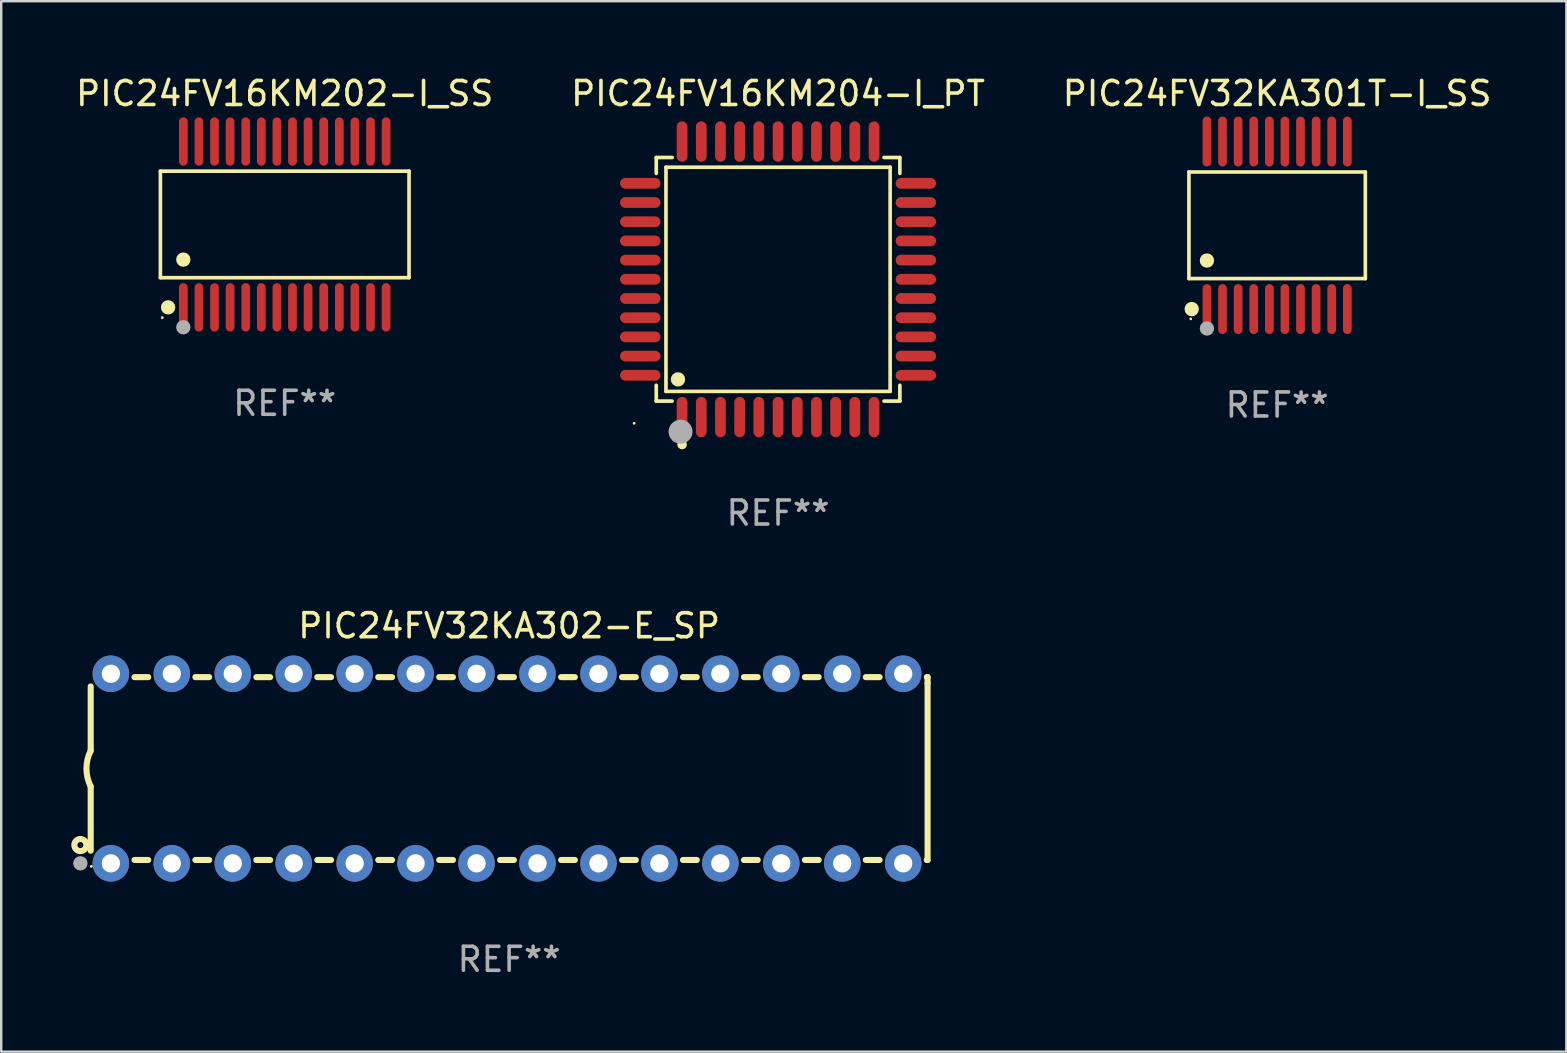
<source format=kicad_pcb>
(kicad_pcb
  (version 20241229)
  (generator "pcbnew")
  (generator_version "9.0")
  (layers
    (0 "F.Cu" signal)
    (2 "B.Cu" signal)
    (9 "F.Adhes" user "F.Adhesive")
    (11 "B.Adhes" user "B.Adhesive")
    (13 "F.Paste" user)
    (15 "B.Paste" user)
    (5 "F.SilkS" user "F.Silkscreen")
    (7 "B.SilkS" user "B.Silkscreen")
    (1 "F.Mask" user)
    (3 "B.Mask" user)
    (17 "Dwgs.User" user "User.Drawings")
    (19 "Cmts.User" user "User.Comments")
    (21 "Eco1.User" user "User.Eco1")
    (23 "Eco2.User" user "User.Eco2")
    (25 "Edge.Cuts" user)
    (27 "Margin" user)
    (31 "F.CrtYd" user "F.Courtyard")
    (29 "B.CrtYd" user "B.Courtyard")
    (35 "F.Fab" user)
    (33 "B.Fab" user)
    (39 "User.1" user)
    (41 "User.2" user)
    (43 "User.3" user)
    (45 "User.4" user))
  (footprint "PIC24FV16KM202-I_SS"
    (layer "F.Cu")
    (at 8.815 6.303)
    (property "Reference" "PIC24FV16KM202-I_SS" (at 0 -5.455 0) (layer "F.SilkS") (effects (font (size 1 1) (thickness 0.15))))
    (attr through_hole)
    (fp_line (start -5.181 -2.219) (end 5.181 -2.219) (stroke (width 0.152) (type solid)) (layer "F.SilkS"))
    (fp_line (start -5.181 2.219) (end -5.181 -2.219) (stroke (width 0.152) (type solid)) (layer "F.SilkS"))
    (fp_line (start 5.181 -2.219) (end 5.181 2.219) (stroke (width 0.152) (type solid)) (layer "F.SilkS"))
    (fp_line (start 5.181 2.219) (end -5.181 2.219) (stroke (width 0.152) (type solid)) (layer "F.SilkS"))
    (fp_circle (center -5.105 3.885) (end -5.075 3.885) (stroke (width 0.06) (type solid)) (fill no) (layer "F.SilkS"))
    (fp_circle (center -4.859 3.455) (end -4.709 3.455) (stroke (width 0.3) (type solid)) (fill no) (layer "F.SilkS"))
    (fp_circle (center -4.225 1.467) (end -4.075 1.467) (stroke (width 0.3) (type solid)) (fill no) (layer "F.SilkS"))
    (fp_circle (center -4.225 4.285) (end -4.075 4.285) (stroke (width 0.3) (type solid)) (fill no) (layer "F.Fab"))
    (fp_text user "REF**" (at 0 7.455 0) (layer "F.Fab") (effects (font (size 1 1) (thickness 0.15))))
    (pad "1" smd oval (at -4.225 3.455) (size 0.364 2.015) (layers "F.Cu" "F.Mask" "F.Paste"))
    (pad "2" smd oval (at -3.575 3.455) (size 0.364 2.015) (layers "F.Cu" "F.Mask" "F.Paste"))
    (pad "3" smd oval (at -2.925 3.455) (size 0.364 2.015) (layers "F.Cu" "F.Mask" "F.Paste"))
    (pad "4" smd oval (at -2.275 3.455) (size 0.364 2.015) (layers "F.Cu" "F.Mask" "F.Paste"))
    (pad "5" smd oval (at -1.625 3.455) (size 0.364 2.015) (layers "F.Cu" "F.Mask" "F.Paste"))
    (pad "6" smd oval (at -0.975 3.455) (size 0.364 2.015) (layers "F.Cu" "F.Mask" "F.Paste"))
    (pad "7" smd oval (at -0.325 3.455) (size 0.364 2.015) (layers "F.Cu" "F.Mask" "F.Paste"))
    (pad "8" smd oval (at 0.325 3.455) (size 0.364 2.015) (layers "F.Cu" "F.Mask" "F.Paste"))
    (pad "9" smd oval (at 0.975 3.455) (size 0.364 2.015) (layers "F.Cu" "F.Mask" "F.Paste"))
    (pad "10" smd oval (at 1.625 3.455) (size 0.364 2.015) (layers "F.Cu" "F.Mask" "F.Paste"))
    (pad "11" smd oval (at 2.275 3.455) (size 0.364 2.015) (layers "F.Cu" "F.Mask" "F.Paste"))
    (pad "12" smd oval (at 2.925 3.455) (size 0.364 2.015) (layers "F.Cu" "F.Mask" "F.Paste"))
    (pad "13" smd oval (at 3.575 3.455) (size 0.364 2.015) (layers "F.Cu" "F.Mask" "F.Paste"))
    (pad "14" smd oval (at 4.225 3.455) (size 0.364 2.015) (layers "F.Cu" "F.Mask" "F.Paste"))
    (pad "15" smd oval (at 4.225 -3.455) (size 0.364 2.015) (layers "F.Cu" "F.Mask" "F.Paste"))
    (pad "16" smd oval (at 3.575 -3.455) (size 0.364 2.015) (layers "F.Cu" "F.Mask" "F.Paste"))
    (pad "17" smd oval (at 2.925 -3.455) (size 0.364 2.015) (layers "F.Cu" "F.Mask" "F.Paste"))
    (pad "18" smd oval (at 2.275 -3.455) (size 0.364 2.015) (layers "F.Cu" "F.Mask" "F.Paste"))
    (pad "19" smd oval (at 1.625 -3.455) (size 0.364 2.015) (layers "F.Cu" "F.Mask" "F.Paste"))
    (pad "20" smd oval (at 0.975 -3.455) (size 0.364 2.015) (layers "F.Cu" "F.Mask" "F.Paste"))
    (pad "21" smd oval (at 0.325 -3.455) (size 0.364 2.015) (layers "F.Cu" "F.Mask" "F.Paste"))
    (pad "22" smd oval (at -0.325 -3.455) (size 0.364 2.015) (layers "F.Cu" "F.Mask" "F.Paste"))
    (pad "23" smd oval (at -0.975 -3.455) (size 0.364 2.015) (layers "F.Cu" "F.Mask" "F.Paste"))
    (pad "24" smd oval (at -1.625 -3.455) (size 0.364 2.015) (layers "F.Cu" "F.Mask" "F.Paste"))
    (pad "25" smd oval (at -2.275 -3.455) (size 0.364 2.015) (layers "F.Cu" "F.Mask" "F.Paste"))
    (pad "26" smd oval (at -2.925 -3.455) (size 0.364 2.015) (layers "F.Cu" "F.Mask" "F.Paste"))
    (pad "27" smd oval (at -3.575 -3.455) (size 0.364 2.015) (layers "F.Cu" "F.Mask" "F.Paste"))
    (pad "28" smd oval (at -4.225 -3.455) (size 0.364 2.015) (layers "F.Cu" "F.Mask" "F.Paste")))
  (footprint "PIC24FV32KA301T-I_SS"
    (layer "F.Cu")
    (at 50.173 6.339)
    (property "Reference" "PIC24FV32KA301T-I_SS" (at 0 -5.491 0) (layer "F.SilkS") (effects (font (size 1 1) (thickness 0.15))))
    (attr through_hole)
    (fp_line (start -3.676 -2.221) (end 3.676 -2.221) (stroke (width 0.152) (type solid)) (layer "F.SilkS"))
    (fp_line (start -3.676 2.221) (end -3.676 -2.221) (stroke (width 0.152) (type solid)) (layer "F.SilkS"))
    (fp_line (start 3.676 -2.221) (end 3.676 2.221) (stroke (width 0.152) (type solid)) (layer "F.SilkS"))
    (fp_line (start 3.676 2.221) (end -3.676 2.221) (stroke (width 0.152) (type solid)) (layer "F.SilkS"))
    (fp_circle (center -3.6 3.9) (end -3.57 3.9) (stroke (width 0.06) (type solid)) (fill no) (layer "F.SilkS"))
    (fp_circle (center -3.559 3.491) (end -3.409 3.491) (stroke (width 0.3) (type solid)) (fill no) (layer "F.SilkS"))
    (fp_circle (center -2.925 1.469) (end -2.775 1.469) (stroke (width 0.3) (type solid)) (fill no) (layer "F.SilkS"))
    (fp_circle (center -2.925 4.3) (end -2.775 4.3) (stroke (width 0.3) (type solid)) (fill no) (layer "F.Fab"))
    (fp_text user "REF**" (at 0 7.491 0) (layer "F.Fab") (effects (font (size 1 1) (thickness 0.15))))
    (pad "1" smd oval (at -2.925 3.491) (size 0.364 2.082) (layers "F.Cu" "F.Mask" "F.Paste"))
    (pad "2" smd oval (at -2.275 3.491) (size 0.364 2.082) (layers "F.Cu" "F.Mask" "F.Paste"))
    (pad "3" smd oval (at -1.625 3.491) (size 0.364 2.082) (layers "F.Cu" "F.Mask" "F.Paste"))
    (pad "4" smd oval (at -0.975 3.491) (size 0.364 2.082) (layers "F.Cu" "F.Mask" "F.Paste"))
    (pad "5" smd oval (at -0.325 3.491) (size 0.364 2.082) (layers "F.Cu" "F.Mask" "F.Paste"))
    (pad "6" smd oval (at 0.325 3.491) (size 0.364 2.082) (layers "F.Cu" "F.Mask" "F.Paste"))
    (pad "7" smd oval (at 0.975 3.491) (size 0.364 2.082) (layers "F.Cu" "F.Mask" "F.Paste"))
    (pad "8" smd oval (at 1.625 3.491) (size 0.364 2.082) (layers "F.Cu" "F.Mask" "F.Paste"))
    (pad "9" smd oval (at 2.275 3.491) (size 0.364 2.082) (layers "F.Cu" "F.Mask" "F.Paste"))
    (pad "10" smd oval (at 2.925 3.491) (size 0.364 2.082) (layers "F.Cu" "F.Mask" "F.Paste"))
    (pad "11" smd oval (at 2.925 -3.491) (size 0.364 2.082) (layers "F.Cu" "F.Mask" "F.Paste"))
    (pad "12" smd oval (at 2.275 -3.491) (size 0.364 2.082) (layers "F.Cu" "F.Mask" "F.Paste"))
    (pad "13" smd oval (at 1.625 -3.491) (size 0.364 2.082) (layers "F.Cu" "F.Mask" "F.Paste"))
    (pad "14" smd oval (at 0.975 -3.491) (size 0.364 2.082) (layers "F.Cu" "F.Mask" "F.Paste"))
    (pad "15" smd oval (at 0.325 -3.491) (size 0.364 2.082) (layers "F.Cu" "F.Mask" "F.Paste"))
    (pad "16" smd oval (at -0.325 -3.491) (size 0.364 2.082) (layers "F.Cu" "F.Mask" "F.Paste"))
    (pad "17" smd oval (at -0.975 -3.491) (size 0.364 2.082) (layers "F.Cu" "F.Mask" "F.Paste"))
    (pad "18" smd oval (at -1.625 -3.491) (size 0.364 2.082) (layers "F.Cu" "F.Mask" "F.Paste"))
    (pad "19" smd oval (at -2.275 -3.491) (size 0.364 2.082) (layers "F.Cu" "F.Mask" "F.Paste"))
    (pad "20" smd oval (at -2.925 -3.491) (size 0.364 2.082) (layers "F.Cu" "F.Mask" "F.Paste")))
  (footprint "PIC24FV16KM204-I_PT"
    (layer "F.Cu")
    (at 29.375 8.59)
    (property "Reference" "PIC24FV16KM204-I_PT" (at 0 -7.742 0) (layer "F.SilkS") (effects (font (size 1 1) (thickness 0.15))))
    (attr through_hole)
    (fp_line (start -5.076 -5.076) (end -4.415 -5.076) (stroke (width 0.152) (type solid)) (layer "F.SilkS"))
    (fp_line (start -5.076 -4.415) (end -5.076 -5.076) (stroke (width 0.152) (type solid)) (layer "F.SilkS"))
    (fp_line (start -5.076 4.415) (end -5.076 5.076) (stroke (width 0.152) (type solid)) (layer "F.SilkS"))
    (fp_line (start -5.076 5.076) (end -4.415 5.076) (stroke (width 0.152) (type solid)) (layer "F.SilkS"))
    (fp_line (start -4.671 -4.671) (end 4.671 -4.671) (stroke (width 0.152) (type solid)) (layer "F.SilkS"))
    (fp_line (start -4.671 4.671) (end -4.671 -4.671) (stroke (width 0.152) (type solid)) (layer "F.SilkS"))
    (fp_line (start 4.671 -4.671) (end 4.671 4.671) (stroke (width 0.152) (type solid)) (layer "F.SilkS"))
    (fp_line (start 4.671 4.671) (end -4.671 4.671) (stroke (width 0.152) (type solid)) (layer "F.SilkS"))
    (fp_line (start 5.076 -5.076) (end 4.415 -5.076) (stroke (width 0.152) (type solid)) (layer "F.SilkS"))
    (fp_line (start 5.076 -4.415) (end 5.076 -5.076) (stroke (width 0.152) (type solid)) (layer "F.SilkS"))
    (fp_line (start 5.076 4.415) (end 5.076 5.076) (stroke (width 0.152) (type solid)) (layer "F.SilkS"))
    (fp_line (start 5.076 5.076) (end 4.415 5.076) (stroke (width 0.152) (type solid)) (layer "F.SilkS"))
    (fp_circle (center -6 6) (end -5.97 6) (stroke (width 0.06) (type solid)) (fill no) (layer "F.SilkS"))
    (fp_circle (center -4.171 4.171) (end -4.021 4.171) (stroke (width 0.3) (type solid)) (fill no) (layer "F.SilkS"))
    (fp_circle (center -4 6.884) (end -3.9 6.884) (stroke (width 0.2) (type solid)) (fill no) (layer "F.SilkS"))
    (fp_circle (center -4.064 6.35) (end -3.814 6.35) (stroke (width 0.5) (type solid)) (fill no) (layer "F.Fab"))
    (fp_text user "REF**" (at 0 9.742 0) (layer "F.Fab") (effects (font (size 1 1) (thickness 0.15))))
    (pad "1" smd oval (at -4 5.742) (size 0.448 1.684) (layers "F.Cu" "F.Mask" "F.Paste"))
    (pad "2" smd oval (at -3.2 5.742) (size 0.448 1.684) (layers "F.Cu" "F.Mask" "F.Paste"))
    (pad "3" smd oval (at -2.4 5.742) (size 0.448 1.684) (layers "F.Cu" "F.Mask" "F.Paste"))
    (pad "4" smd oval (at -1.6 5.742) (size 0.448 1.684) (layers "F.Cu" "F.Mask" "F.Paste"))
    (pad "5" smd oval (at -0.8 5.742) (size 0.448 1.684) (layers "F.Cu" "F.Mask" "F.Paste"))
    (pad "6" smd oval (at 0 5.742) (size 0.448 1.684) (layers "F.Cu" "F.Mask" "F.Paste"))
    (pad "7" smd oval (at 0.8 5.742) (size 0.448 1.684) (layers "F.Cu" "F.Mask" "F.Paste"))
    (pad "8" smd oval (at 1.6 5.742) (size 0.448 1.684) (layers "F.Cu" "F.Mask" "F.Paste"))
    (pad "9" smd oval (at 2.4 5.742) (size 0.448 1.684) (layers "F.Cu" "F.Mask" "F.Paste"))
    (pad "10" smd oval (at 3.2 5.742) (size 0.448 1.684) (layers "F.Cu" "F.Mask" "F.Paste"))
    (pad "11" smd oval (at 4 5.742) (size 0.448 1.684) (layers "F.Cu" "F.Mask" "F.Paste"))
    (pad "12" smd oval (at 5.742 4) (size 1.684 0.448) (layers "F.Cu" "F.Mask" "F.Paste"))
    (pad "13" smd oval (at 5.742 3.2) (size 1.684 0.448) (layers "F.Cu" "F.Mask" "F.Paste"))
    (pad "14" smd oval (at 5.742 2.4) (size 1.684 0.448) (layers "F.Cu" "F.Mask" "F.Paste"))
    (pad "15" smd oval (at 5.742 1.6) (size 1.684 0.448) (layers "F.Cu" "F.Mask" "F.Paste"))
    (pad "16" smd oval (at 5.742 0.8) (size 1.684 0.448) (layers "F.Cu" "F.Mask" "F.Paste"))
    (pad "17" smd oval (at 5.742 0) (size 1.684 0.448) (layers "F.Cu" "F.Mask" "F.Paste"))
    (pad "18" smd oval (at 5.742 -0.8) (size 1.684 0.448) (layers "F.Cu" "F.Mask" "F.Paste"))
    (pad "19" smd oval (at 5.742 -1.6) (size 1.684 0.448) (layers "F.Cu" "F.Mask" "F.Paste"))
    (pad "20" smd oval (at 5.742 -2.4) (size 1.684 0.448) (layers "F.Cu" "F.Mask" "F.Paste"))
    (pad "21" smd oval (at 5.742 -3.2) (size 1.684 0.448) (layers "F.Cu" "F.Mask" "F.Paste"))
    (pad "22" smd oval (at 5.742 -4) (size 1.684 0.448) (layers "F.Cu" "F.Mask" "F.Paste"))
    (pad "23" smd oval (at 4 -5.742) (size 0.448 1.684) (layers "F.Cu" "F.Mask" "F.Paste"))
    (pad "24" smd oval (at 3.2 -5.742) (size 0.448 1.684) (layers "F.Cu" "F.Mask" "F.Paste"))
    (pad "25" smd oval (at 2.4 -5.742) (size 0.448 1.684) (layers "F.Cu" "F.Mask" "F.Paste"))
    (pad "26" smd oval (at 1.6 -5.742) (size 0.448 1.684) (layers "F.Cu" "F.Mask" "F.Paste"))
    (pad "27" smd oval (at 0.8 -5.742) (size 0.448 1.684) (layers "F.Cu" "F.Mask" "F.Paste"))
    (pad "28" smd oval (at 0 -5.742) (size 0.448 1.684) (layers "F.Cu" "F.Mask" "F.Paste"))
    (pad "29" smd oval (at -0.8 -5.742) (size 0.448 1.684) (layers "F.Cu" "F.Mask" "F.Paste"))
    (pad "30" smd oval (at -1.6 -5.742) (size 0.448 1.684) (layers "F.Cu" "F.Mask" "F.Paste"))
    (pad "31" smd oval (at -2.4 -5.742) (size 0.448 1.684) (layers "F.Cu" "F.Mask" "F.Paste"))
    (pad "32" smd oval (at -3.2 -5.742) (size 0.448 1.684) (layers "F.Cu" "F.Mask" "F.Paste"))
    (pad "33" smd oval (at -4 -5.742) (size 0.448 1.684) (layers "F.Cu" "F.Mask" "F.Paste"))
    (pad "34" smd oval (at -5.742 -4) (size 1.684 0.448) (layers "F.Cu" "F.Mask" "F.Paste"))
    (pad "35" smd oval (at -5.742 -3.2) (size 1.684 0.448) (layers "F.Cu" "F.Mask" "F.Paste"))
    (pad "36" smd oval (at -5.742 -2.4) (size 1.684 0.448) (layers "F.Cu" "F.Mask" "F.Paste"))
    (pad "37" smd oval (at -5.742 -1.6) (size 1.684 0.448) (layers "F.Cu" "F.Mask" "F.Paste"))
    (pad "38" smd oval (at -5.742 -0.8) (size 1.684 0.448) (layers "F.Cu" "F.Mask" "F.Paste"))
    (pad "39" smd oval (at -5.742 0) (size 1.684 0.448) (layers "F.Cu" "F.Mask" "F.Paste"))
    (pad "40" smd oval (at -5.742 0.8) (size 1.684 0.448) (layers "F.Cu" "F.Mask" "F.Paste"))
    (pad "41" smd oval (at -5.742 1.6) (size 1.684 0.448) (layers "F.Cu" "F.Mask" "F.Paste"))
    (pad "42" smd oval (at -5.742 2.4) (size 1.684 0.448) (layers "F.Cu" "F.Mask" "F.Paste"))
    (pad "43" smd oval (at -5.742 3.2) (size 1.684 0.448) (layers "F.Cu" "F.Mask" "F.Paste"))
    (pad "44" smd oval (at -5.742 4) (size 1.684 0.448) (layers "F.Cu" "F.Mask" "F.Paste")))
  (footprint "PIC24FV32KA302-E_SP"
    (layer "F.Cu")
    (at 18.168 28.979)
    (property "Reference" "PIC24FV32KA302-E_SP" (at 0 -5.95 0) (layer "F.SilkS") (effects (font (size 1 1) (thickness 0.15))))
    (attr through_hole)
    (fp_line (start -17.438 0.75) (end -17.438 3.423) (stroke (width 0.254) (type solid)) (layer "F.SilkS"))
    (fp_line (start -17.438 -3.423) (end -17.438 -0.75) (stroke (width 0.254) (type solid)) (layer "F.SilkS"))
    (fp_line (start -15.615 3.81) (end -15.041 3.81) (stroke (width 0.254) (type solid)) (layer "F.SilkS"))
    (fp_line (start -15.041 -3.81) (end -15.614 -3.81) (stroke (width 0.254) (type solid)) (layer "F.SilkS"))
    (fp_line (start -13.075 3.81) (end -12.501 3.81) (stroke (width 0.254) (type solid)) (layer "F.SilkS"))
    (fp_line (start -12.501 -3.81) (end -13.074 -3.81) (stroke (width 0.254) (type solid)) (layer "F.SilkS"))
    (fp_line (start -10.535 3.81) (end -9.961 3.81) (stroke (width 0.254) (type solid)) (layer "F.SilkS"))
    (fp_line (start -9.961 -3.81) (end -10.534 -3.81) (stroke (width 0.254) (type solid)) (layer "F.SilkS"))
    (fp_line (start -7.995 3.81) (end -7.421 3.81) (stroke (width 0.254) (type solid)) (layer "F.SilkS"))
    (fp_line (start -7.421 -3.81) (end -7.995 -3.81) (stroke (width 0.254) (type solid)) (layer "F.SilkS"))
    (fp_line (start -5.455 3.81) (end -4.881 3.81) (stroke (width 0.254) (type solid)) (layer "F.SilkS"))
    (fp_line (start -4.881 -3.81) (end -5.455 -3.81) (stroke (width 0.254) (type solid)) (layer "F.SilkS"))
    (fp_line (start -2.915 3.81) (end -2.341 3.81) (stroke (width 0.254) (type solid)) (layer "F.SilkS"))
    (fp_line (start -2.341 -3.81) (end -2.915 -3.81) (stroke (width 0.254) (type solid)) (layer "F.SilkS"))
    (fp_line (start -0.375 3.81) (end 0.199 3.81) (stroke (width 0.254) (type solid)) (layer "F.SilkS"))
    (fp_line (start 0.199 -3.81) (end -0.375 -3.81) (stroke (width 0.254) (type solid)) (layer "F.SilkS"))
    (fp_line (start 2.165 3.81) (end 2.739 3.81) (stroke (width 0.254) (type solid)) (layer "F.SilkS"))
    (fp_line (start 2.739 -3.81) (end 2.165 -3.81) (stroke (width 0.254) (type solid)) (layer "F.SilkS"))
    (fp_line (start 4.705 3.81) (end 5.279 3.81) (stroke (width 0.254) (type solid)) (layer "F.SilkS"))
    (fp_line (start 5.279 -3.81) (end 4.705 -3.81) (stroke (width 0.254) (type solid)) (layer "F.SilkS"))
    (fp_line (start 7.245 3.81) (end 7.819 3.81) (stroke (width 0.254) (type solid)) (layer "F.SilkS"))
    (fp_line (start 7.819 -3.81) (end 7.245 -3.81) (stroke (width 0.254) (type solid)) (layer "F.SilkS"))
    (fp_line (start 9.785 3.81) (end 10.359 3.81) (stroke (width 0.254) (type solid)) (layer "F.SilkS"))
    (fp_line (start 10.359 -3.81) (end 9.785 -3.81) (stroke (width 0.254) (type solid)) (layer "F.SilkS"))
    (fp_line (start 12.325 3.81) (end 12.899 3.81) (stroke (width 0.254) (type solid)) (layer "F.SilkS"))
    (fp_line (start 12.899 -3.81) (end 12.325 -3.81) (stroke (width 0.254) (type solid)) (layer "F.SilkS"))
    (fp_line (start 14.865 3.81) (end 15.439 3.81) (stroke (width 0.254) (type solid)) (layer "F.SilkS"))
    (fp_line (start 15.439 -3.81) (end 14.865 -3.81) (stroke (width 0.254) (type solid)) (layer "F.SilkS"))
    (fp_line (start 17.405 3.81) (end 17.438 3.81) (stroke (width 0.254) (type solid)) (layer "F.SilkS"))
    (fp_line (start 17.438 -3.81) (end 17.405 -3.81) (stroke (width 0.254) (type solid)) (layer "F.SilkS"))
    (fp_line (start 17.438 -3.556) (end 17.438 -3.81) (stroke (width 0.254) (type solid)) (layer "F.SilkS"))
    (fp_line (start 17.438 3.81) (end 17.438 -3.556) (stroke (width 0.254) (type solid)) (layer "F.SilkS"))
    (fp_arc (start -17.437986 0.749657) (mid -17.614887 -0.000024) (end -17.437783 -0.749657) (stroke (width 0.254001) (type solid)) (layer "F.SilkS"))
    (fp_circle (center -17.868 3.188) (end -17.743 3.188) (stroke (width 0.254) (type solid)) (fill no) (layer "F.SilkS"))
    (fp_circle (center -17.411 4.077) (end -17.381 4.077) (stroke (width 0.06) (type solid)) (fill no) (layer "F.SilkS"))
    (fp_circle (center -17.868 3.95) (end -17.718 3.95) (stroke (width 0.3) (type solid)) (fill no) (layer "F.Fab"))
    (fp_text user "REF**" (at 0 7.95 0) (layer "F.Fab") (effects (font (size 1 1) (thickness 0.15))))
    (pad "1" thru_hole circle (at -16.598 3.95) (size 1.524 1.524) (drill 0.762) (layers "*.Cu" "*.Mask"))
    (pad "2" thru_hole circle (at -14.058 3.95) (size 1.524 1.524) (drill 0.762) (layers "*.Cu" "*.Mask"))
    (pad "3" thru_hole circle (at -11.518 3.95) (size 1.524 1.524) (drill 0.762) (layers "*.Cu" "*.Mask"))
    (pad "4" thru_hole circle (at -8.978 3.95) (size 1.524 1.524) (drill 0.762) (layers "*.Cu" "*.Mask"))
    (pad "5" thru_hole circle (at -6.438 3.95) (size 1.524 1.524) (drill 0.762) (layers "*.Cu" "*.Mask"))
    (pad "6" thru_hole circle (at -3.898 3.95) (size 1.524 1.524) (drill 0.762) (layers "*.Cu" "*.Mask"))
    (pad "7" thru_hole circle (at -1.358 3.95) (size 1.524 1.524) (drill 0.762) (layers "*.Cu" "*.Mask"))
    (pad "8" thru_hole circle (at 1.182 3.95) (size 1.524 1.524) (drill 0.762) (layers "*.Cu" "*.Mask"))
    (pad "9" thru_hole circle (at 3.722 3.95) (size 1.524 1.524) (drill 0.762) (layers "*.Cu" "*.Mask"))
    (pad "10" thru_hole circle (at 6.262 3.95) (size 1.524 1.524) (drill 0.762) (layers "*.Cu" "*.Mask"))
    (pad "11" thru_hole circle (at 8.802 3.95) (size 1.524 1.524) (drill 0.762) (layers "*.Cu" "*.Mask"))
    (pad "12" thru_hole circle (at 11.342 3.95) (size 1.524 1.524) (drill 0.762) (layers "*.Cu" "*.Mask"))
    (pad "13" thru_hole circle (at 13.882 3.95) (size 1.524 1.524) (drill 0.762) (layers "*.Cu" "*.Mask"))
    (pad "14" thru_hole circle (at 16.422 3.95) (size 1.524 1.524) (drill 0.762) (layers "*.Cu" "*.Mask"))
    (pad "15" thru_hole circle (at 16.422 -3.95) (size 1.524 1.524) (drill 0.762) (layers "*.Cu" "*.Mask"))
    (pad "16" thru_hole circle (at 13.882 -3.95) (size 1.524 1.524) (drill 0.762) (layers "*.Cu" "*.Mask"))
    (pad "17" thru_hole circle (at 11.342 -3.95) (size 1.524 1.524) (drill 0.762) (layers "*.Cu" "*.Mask"))
    (pad "18" thru_hole circle (at 8.802 -3.95) (size 1.524 1.524) (drill 0.762) (layers "*.Cu" "*.Mask"))
    (pad "19" thru_hole circle (at 6.262 -3.95) (size 1.524 1.524) (drill 0.762) (layers "*.Cu" "*.Mask"))
    (pad "20" thru_hole circle (at 3.722 -3.95) (size 1.524 1.524) (drill 0.762) (layers "*.Cu" "*.Mask"))
    (pad "21" thru_hole circle (at 1.182 -3.95) (size 1.524 1.524) (drill 0.762) (layers "*.Cu" "*.Mask"))
    (pad "22" thru_hole circle (at -1.358 -3.95) (size 1.524 1.524) (drill 0.762) (layers "*.Cu" "*.Mask"))
    (pad "23" thru_hole circle (at -3.898 -3.95) (size 1.524 1.524) (drill 0.762) (layers "*.Cu" "*.Mask"))
    (pad "24" thru_hole circle (at -6.438 -3.95) (size 1.524 1.524) (drill 0.762) (layers "*.Cu" "*.Mask"))
    (pad "25" thru_hole circle (at -8.978 -3.95) (size 1.524 1.524) (drill 0.762) (layers "*.Cu" "*.Mask"))
    (pad "26" thru_hole circle (at -11.517 -3.95) (size 1.524 1.524) (drill 0.762) (layers "*.Cu" "*.Mask"))
    (pad "27" thru_hole circle (at -14.057 -3.95) (size 1.524 1.524) (drill 0.762) (layers "*.Cu" "*.Mask"))
    (pad "28" thru_hole circle (at -16.597 -3.95) (size 1.524 1.524) (drill 0.762) (layers "*.Cu" "*.Mask")))
  (gr_rect
    (start -3 -3)
    (end 62.226 40.777)
    (stroke (width 0.1) (type default))
    (fill no)
    (layer "Edge.Cuts")))
</source>
